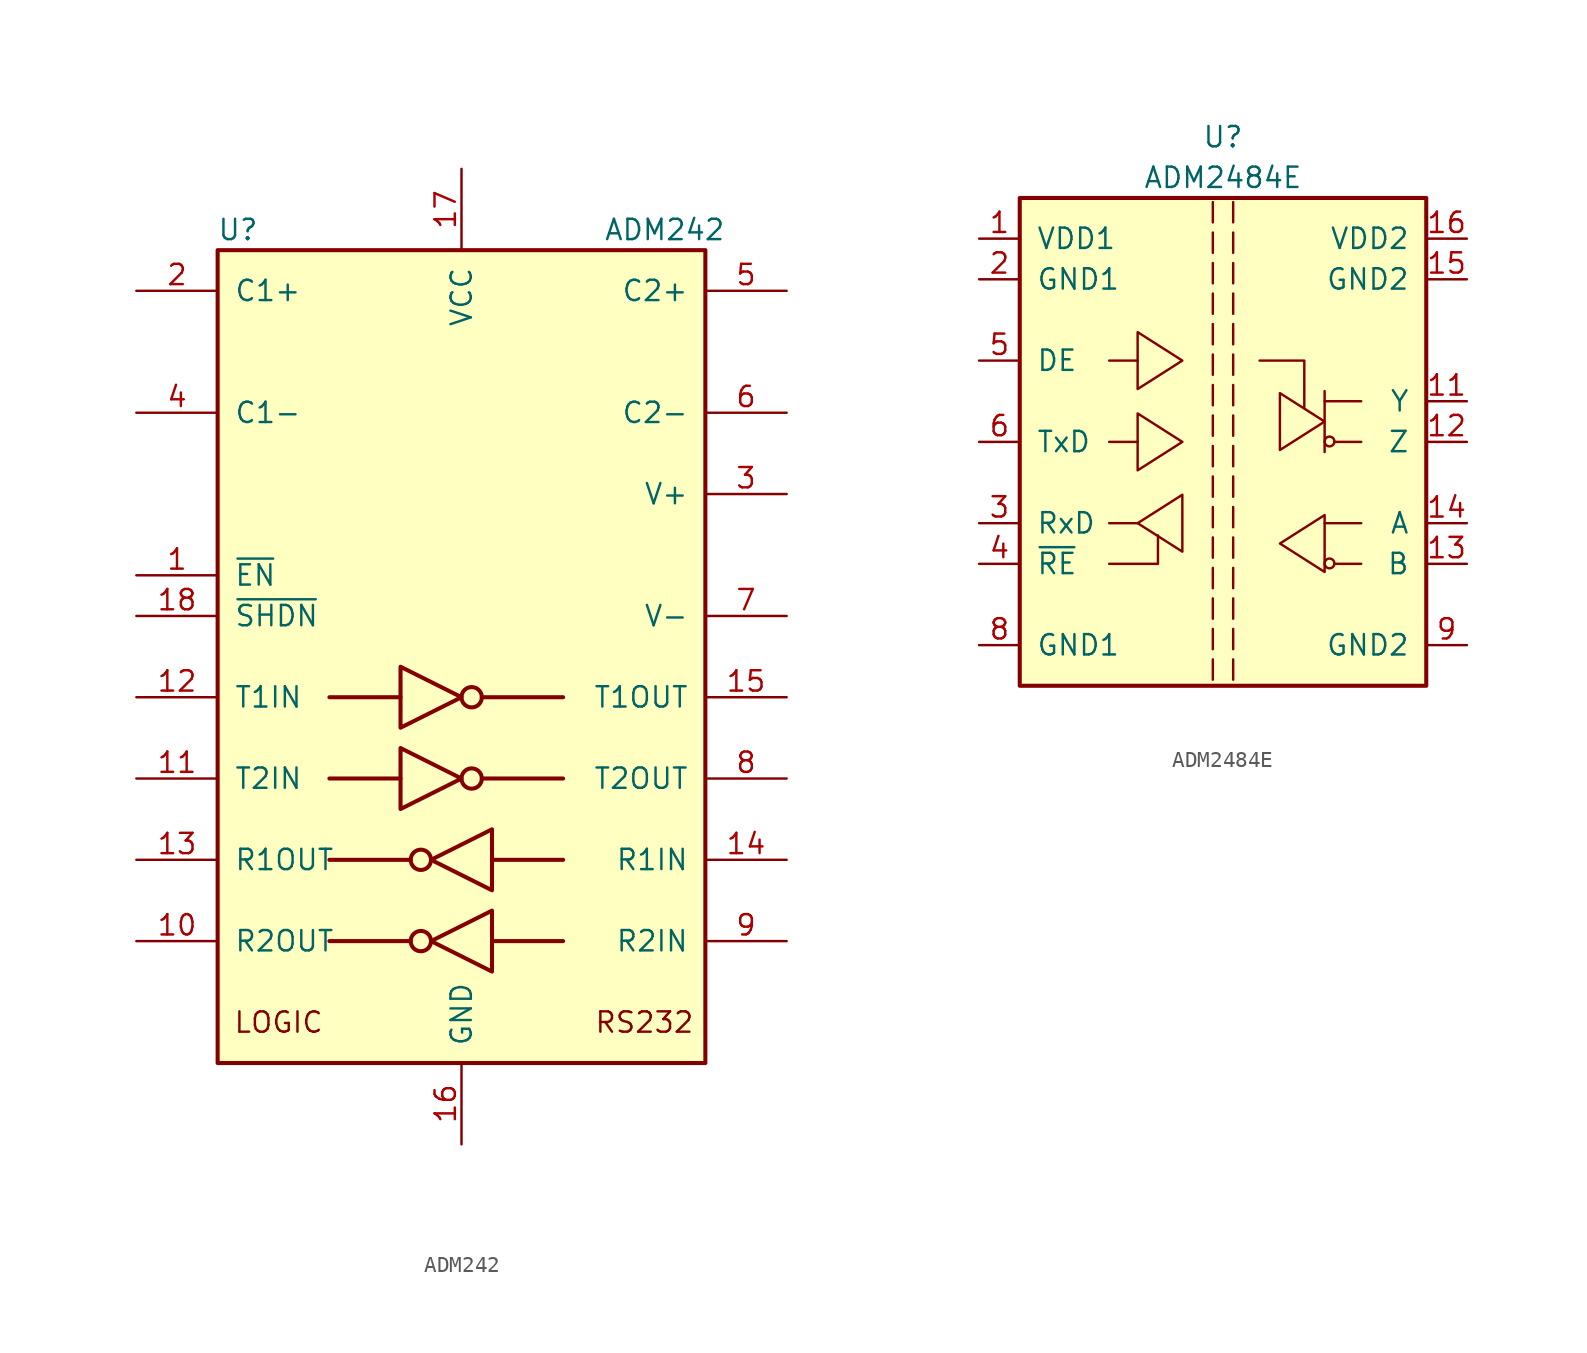
<source format=kicad_sym>
(kicad_symbol_lib
  (version 20201005)
  (generator kicad_symbol_editor)
  (symbol "ADM242"
    (pin_names
      (offset 1.016))
    (property "Reference" "U"
      (at -13.97 26.67 0)
      (effects (font (size 1.27 1.27))))
    (property "Value" "ADM242"
      (at 12.7 26.67 0)
      (effects (font (size 1.27 1.27))))
    (symbol "ADM242_0_0"
      (text "LOGIC" (at -11.43 -22.86 0) (effects (font (size 1.27 1.27))))
      (text "RS232" (at 11.43 -22.86 0) (effects (font (size 1.27 1.27)))))
    (symbol "ADM242_0_1"
      (circle (center -2.54 -17.78) (radius 0.635) (stroke (width 0.254)) (fill (type none)))
      (circle (center -2.54 -12.7) (radius 0.635) (stroke (width 0.254)) (fill (type none)))
      (circle (center 0.635 -7.62) (radius 0.635) (stroke (width 0.254)) (fill (type none)))
      (circle (center 0.635 -2.54) (radius 0.635) (stroke (width 0.254)) (fill (type none)))
      (rectangle (start -15.24 -25.4) (end 15.24 25.4) (stroke (width 0.254)) (fill (type background)))
      (polyline (pts (xy -3.81 -7.62) (xy -8.255 -7.62)) (stroke (width 0.254)) (fill (type none)))
      (polyline (pts (xy -3.81 -2.54) (xy -8.255 -2.54)) (stroke (width 0.254)) (fill (type none)))
      (polyline (pts (xy -3.175 -17.78) (xy -8.255 -17.78)) (stroke (width 0.254)) (fill (type none)))
      (polyline (pts (xy -3.175 -12.7) (xy -8.255 -12.7)) (stroke (width 0.254)) (fill (type none)))
      (polyline (pts (xy 1.27 -7.62) (xy 6.35 -7.62)) (stroke (width 0.254)) (fill (type none)))
      (polyline (pts (xy 1.27 -2.54) (xy 6.35 -2.54)) (stroke (width 0.254)) (fill (type none)))
      (polyline (pts (xy 1.905 -17.78) (xy 6.35 -17.78)) (stroke (width 0.254)) (fill (type none)))
      (polyline (pts (xy 1.905 -12.7) (xy 6.35 -12.7)) (stroke (width 0.254)) (fill (type none)))
      (polyline (pts (xy -3.81 -5.715) (xy -3.81 -9.525) (xy 0 -7.62) (xy -3.81 -5.715)) (stroke (width 0.254)) (fill (type none)))
      (polyline (pts (xy -3.81 -0.635) (xy -3.81 -4.445) (xy 0 -2.54) (xy -3.81 -0.635)) (stroke (width 0.254)) (fill (type none)))
      (polyline (pts (xy 1.905 -15.875) (xy 1.905 -19.685) (xy -1.905 -17.78) (xy 1.905 -15.875)) (stroke (width 0.254)) (fill (type none)))
      (polyline (pts (xy 1.905 -10.795) (xy 1.905 -14.605) (xy -1.905 -12.7) (xy 1.905 -10.795)) (stroke (width 0.254)) (fill (type none))))
    (symbol "ADM242_1_1"
      (pin input line (at -20.32 5.08 0) (length 5.08) (name "~EN" (effects (font (size 1.27 1.27)))) (number "1" (effects (font (size 1.27 1.27)))))
      (pin output line (at -20.32 -17.78 0) (length 5.08) (name "R2OUT" (effects (font (size 1.27 1.27)))) (number "10" (effects (font (size 1.27 1.27)))))
      (pin input line (at -20.32 -7.62 0) (length 5.08) (name "T2IN" (effects (font (size 1.27 1.27)))) (number "11" (effects (font (size 1.27 1.27)))))
      (pin input line (at -20.32 -2.54 0) (length 5.08) (name "T1IN" (effects (font (size 1.27 1.27)))) (number "12" (effects (font (size 1.27 1.27)))))
      (pin output line (at -20.32 -12.7 0) (length 5.08) (name "R1OUT" (effects (font (size 1.27 1.27)))) (number "13" (effects (font (size 1.27 1.27)))))
      (pin input line (at 20.32 -12.7 180) (length 5.08) (name "R1IN" (effects (font (size 1.27 1.27)))) (number "14" (effects (font (size 1.27 1.27)))))
      (pin output line (at 20.32 -2.54 180) (length 5.08) (name "T1OUT" (effects (font (size 1.27 1.27)))) (number "15" (effects (font (size 1.27 1.27)))))
      (pin power_in line (at 0 -30.48 90) (length 5.08) (name "GND" (effects (font (size 1.27 1.27)))) (number "16" (effects (font (size 1.27 1.27)))))
      (pin power_in line (at 0 30.48 270) (length 5.08) (name "VCC" (effects (font (size 1.27 1.27)))) (number "17" (effects (font (size 1.27 1.27)))))
      (pin input line (at -20.32 2.54 0) (length 5.08) (name "~SHDN" (effects (font (size 1.27 1.27)))) (number "18" (effects (font (size 1.27 1.27)))))
      (pin passive line (at -20.32 22.86 0) (length 5.08) (name "C1+" (effects (font (size 1.27 1.27)))) (number "2" (effects (font (size 1.27 1.27)))))
      (pin power_out line (at 20.32 10.16 180) (length 5.08) (name "V+" (effects (font (size 1.27 1.27)))) (number "3" (effects (font (size 1.27 1.27)))))
      (pin passive line (at -20.32 15.24 0) (length 5.08) (name "C1-" (effects (font (size 1.27 1.27)))) (number "4" (effects (font (size 1.27 1.27)))))
      (pin passive line (at 20.32 22.86 180) (length 5.08) (name "C2+" (effects (font (size 1.27 1.27)))) (number "5" (effects (font (size 1.27 1.27)))))
      (pin passive line (at 20.32 15.24 180) (length 5.08) (name "C2-" (effects (font (size 1.27 1.27)))) (number "6" (effects (font (size 1.27 1.27)))))
      (pin power_out line (at 20.32 2.54 180) (length 5.08) (name "V-" (effects (font (size 1.27 1.27)))) (number "7" (effects (font (size 1.27 1.27)))))
      (pin output line (at 20.32 -7.62 180) (length 5.08) (name "T2OUT" (effects (font (size 1.27 1.27)))) (number "8" (effects (font (size 1.27 1.27)))))
      (pin input line (at 20.32 -17.78 180) (length 5.08) (name "R2IN" (effects (font (size 1.27 1.27)))) (number "9" (effects (font (size 1.27 1.27)))))))
  (symbol "ADM2484E"
    (pin_names
      (offset 1.016))
    (property "Reference" "U"
      (at 0 19.05 0)
      (effects (font (size 1.27 1.27))))
    (property "Value" "ADM2484E"
      (at 0 16.51 0)
      (effects (font (size 1.27 1.27))))
    (symbol "ADM2484E_0_0"
      (polyline (pts (xy -0.635 -13.589) (xy -0.635 -14.859)) (stroke (width 0)) (fill (type none)))
      (polyline (pts (xy -0.635 -11.684) (xy -0.635 -12.954)) (stroke (width 0)) (fill (type none)))
      (polyline (pts (xy -0.635 -9.779) (xy -0.635 -11.049)) (stroke (width 0)) (fill (type none)))
      (polyline (pts (xy -0.635 -7.874) (xy -0.635 -9.144)) (stroke (width 0)) (fill (type none)))
      (polyline (pts (xy -0.635 -5.969) (xy -0.635 -7.239)) (stroke (width 0)) (fill (type none)))
      (polyline (pts (xy -0.635 -4.064) (xy -0.635 -5.334)) (stroke (width 0)) (fill (type none)))
      (polyline (pts (xy -0.635 -2.159) (xy -0.635 -3.429)) (stroke (width 0)) (fill (type none)))
      (polyline (pts (xy -0.635 -0.254) (xy -0.635 -1.524)) (stroke (width 0)) (fill (type none)))
      (polyline (pts (xy -0.635 1.651) (xy -0.635 0.381)) (stroke (width 0)) (fill (type none)))
      (polyline (pts (xy -0.635 3.556) (xy -0.635 2.286)) (stroke (width 0)) (fill (type none)))
      (polyline (pts (xy -0.635 5.461) (xy -0.635 4.191)) (stroke (width 0)) (fill (type none)))
      (polyline (pts (xy -0.635 7.366) (xy -0.635 6.096)) (stroke (width 0)) (fill (type none)))
      (polyline (pts (xy -0.635 9.271) (xy -0.635 8.001)) (stroke (width 0)) (fill (type none)))
      (polyline (pts (xy -0.635 11.176) (xy -0.635 9.906)) (stroke (width 0)) (fill (type none)))
      (polyline (pts (xy -0.635 13.081) (xy -0.635 11.811)) (stroke (width 0)) (fill (type none)))
      (polyline (pts (xy -0.635 14.986) (xy -0.635 13.716)) (stroke (width 0)) (fill (type none)))
      (polyline (pts (xy 0.635 -13.589) (xy 0.635 -14.859)) (stroke (width 0)) (fill (type none)))
      (polyline (pts (xy 0.635 -11.684) (xy 0.635 -12.954)) (stroke (width 0)) (fill (type none)))
      (polyline (pts (xy 0.635 -9.779) (xy 0.635 -11.049)) (stroke (width 0)) (fill (type none)))
      (polyline (pts (xy 0.635 -7.874) (xy 0.635 -9.144)) (stroke (width 0)) (fill (type none)))
      (polyline (pts (xy 0.635 -5.969) (xy 0.635 -7.239)) (stroke (width 0)) (fill (type none)))
      (polyline (pts (xy 0.635 -4.064) (xy 0.635 -5.334)) (stroke (width 0)) (fill (type none)))
      (polyline (pts (xy 0.635 -2.159) (xy 0.635 -3.429)) (stroke (width 0)) (fill (type none)))
      (polyline (pts (xy 0.635 -0.254) (xy 0.635 -1.524)) (stroke (width 0)) (fill (type none)))
      (polyline (pts (xy 0.635 1.651) (xy 0.635 0.381)) (stroke (width 0)) (fill (type none)))
      (polyline (pts (xy 0.635 3.556) (xy 0.635 2.286)) (stroke (width 0)) (fill (type none)))
      (polyline (pts (xy 0.635 5.461) (xy 0.635 4.191)) (stroke (width 0)) (fill (type none)))
      (polyline (pts (xy 0.635 7.366) (xy 0.635 6.096)) (stroke (width 0)) (fill (type none)))
      (polyline (pts (xy 0.635 9.271) (xy 0.635 8.001)) (stroke (width 0)) (fill (type none)))
      (polyline (pts (xy 0.635 11.176) (xy 0.635 9.906)) (stroke (width 0)) (fill (type none)))
      (polyline (pts (xy 0.635 13.081) (xy 0.635 11.811)) (stroke (width 0)) (fill (type none)))
      (polyline (pts (xy 0.635 14.986) (xy 0.635 13.716)) (stroke (width 0)) (fill (type none))))
    (symbol "ADM2484E_0_1"
      (circle (center 6.655 -7.595) (radius 0.305) (stroke (width 0)) (fill (type none)))
      (circle (center 6.655 0.025) (radius 0.305) (stroke (width 0)) (fill (type none)))
      (rectangle (start -12.7 15.24) (end 12.7 -15.24) (stroke (width 0.254)) (fill (type background)))
      (polyline (pts (xy -5.334 -5.08) (xy -7.112 -5.08)) (stroke (width 0)) (fill (type none)))
      (polyline (pts (xy -5.334 0) (xy -7.112 0)) (stroke (width 0)) (fill (type none)))
      (polyline (pts (xy -5.334 5.08) (xy -7.112 5.08)) (stroke (width 0)) (fill (type none)))
      (polyline (pts (xy 6.35 -5.08) (xy 8.636 -5.08)) (stroke (width 0)) (fill (type none)))
      (polyline (pts (xy 6.35 2.54) (xy 8.636 2.54)) (stroke (width 0)) (fill (type none)))
      (polyline (pts (xy 6.35 3.175) (xy 6.35 -0.635)) (stroke (width 0)) (fill (type none)))
      (polyline (pts (xy 6.96 -7.62) (xy 8.636 -7.62)) (stroke (width 0)) (fill (type none)))
      (polyline (pts (xy 6.96 0) (xy 8.636 0)) (stroke (width 0)) (fill (type none)))
      (polyline (pts (xy -7.112 -7.62) (xy -4.064 -7.62) (xy -4.064 -5.842)) (stroke (width 0)) (fill (type none)))
      (polyline (pts (xy 2.286 5.08) (xy 5.08 5.08) (xy 5.08 2.159)) (stroke (width 0)) (fill (type none)))
      (polyline (pts (xy -5.334 -5.08) (xy -2.54 -3.302) (xy -2.54 -6.858) (xy -5.334 -5.08)) (stroke (width 0)) (fill (type none)))
      (polyline (pts (xy -2.54 0) (xy -5.334 1.778) (xy -5.334 -1.778) (xy -2.54 0)) (stroke (width 0)) (fill (type none)))
      (polyline (pts (xy -2.54 5.08) (xy -5.334 6.858) (xy -5.334 3.302) (xy -2.54 5.08)) (stroke (width 0)) (fill (type none)))
      (polyline (pts (xy 3.556 -6.35) (xy 6.35 -4.572) (xy 6.35 -8.128) (xy 3.556 -6.35)) (stroke (width 0)) (fill (type none)))
      (polyline (pts (xy 6.35 1.27) (xy 3.556 3.048) (xy 3.556 -0.508) (xy 6.35 1.27)) (stroke (width 0)) (fill (type none))))
    (symbol "ADM2484E_1_1"
      (pin power_in line (at -15.24 12.7 0) (length 2.54) (name "VDD1" (effects (font (size 1.27 1.27)))) (number "1" (effects (font (size 1.27 1.27)))))
      (pin no_connect line (at 15.24 -10.16 180) (length 2.54) hide (name "NC" (effects (font (size 1.27 1.27)))) (number "10" (effects (font (size 1.27 1.27)))))
      (pin output line (at 15.24 2.54 180) (length 2.54) (name "Y" (effects (font (size 1.27 1.27)))) (number "11" (effects (font (size 1.27 1.27)))))
      (pin output line (at 15.24 0 180) (length 2.54) (name "Z" (effects (font (size 1.27 1.27)))) (number "12" (effects (font (size 1.27 1.27)))))
      (pin input line (at 15.24 -7.62 180) (length 2.54) (name "B" (effects (font (size 1.27 1.27)))) (number "13" (effects (font (size 1.27 1.27)))))
      (pin input line (at 15.24 -5.08 180) (length 2.54) (name "A" (effects (font (size 1.27 1.27)))) (number "14" (effects (font (size 1.27 1.27)))))
      (pin power_in line (at 15.24 10.16 180) (length 2.54) (name "GND2" (effects (font (size 1.27 1.27)))) (number "15" (effects (font (size 1.27 1.27)))))
      (pin power_in line (at 15.24 12.7 180) (length 2.54) (name "VDD2" (effects (font (size 1.27 1.27)))) (number "16" (effects (font (size 1.27 1.27)))))
      (pin power_in line (at -15.24 10.16 0) (length 2.54) (name "GND1" (effects (font (size 1.27 1.27)))) (number "2" (effects (font (size 1.27 1.27)))))
      (pin output line (at -15.24 -5.08 0) (length 2.54) (name "RxD" (effects (font (size 1.27 1.27)))) (number "3" (effects (font (size 1.27 1.27)))))
      (pin input line (at -15.24 -7.62 0) (length 2.54) (name "~RE" (effects (font (size 1.27 1.27)))) (number "4" (effects (font (size 1.27 1.27)))))
      (pin input line (at -15.24 5.08 0) (length 2.54) (name "DE" (effects (font (size 1.27 1.27)))) (number "5" (effects (font (size 1.27 1.27)))))
      (pin input line (at -15.24 0 0) (length 2.54) (name "TxD" (effects (font (size 1.27 1.27)))) (number "6" (effects (font (size 1.27 1.27)))))
      (pin no_connect line (at -15.24 -10.16 0) (length 2.54) hide (name "NC" (effects (font (size 1.27 1.27)))) (number "7" (effects (font (size 1.27 1.27)))))
      (pin power_in line (at -15.24 -12.7 0) (length 2.54) (name "GND1" (effects (font (size 1.27 1.27)))) (number "8" (effects (font (size 1.27 1.27)))))
      (pin power_in line (at 15.24 -12.7 180) (length 2.54) (name "GND2" (effects (font (size 1.27 1.27)))) (number "9" (effects (font (size 1.27 1.27))))))))
</source>
